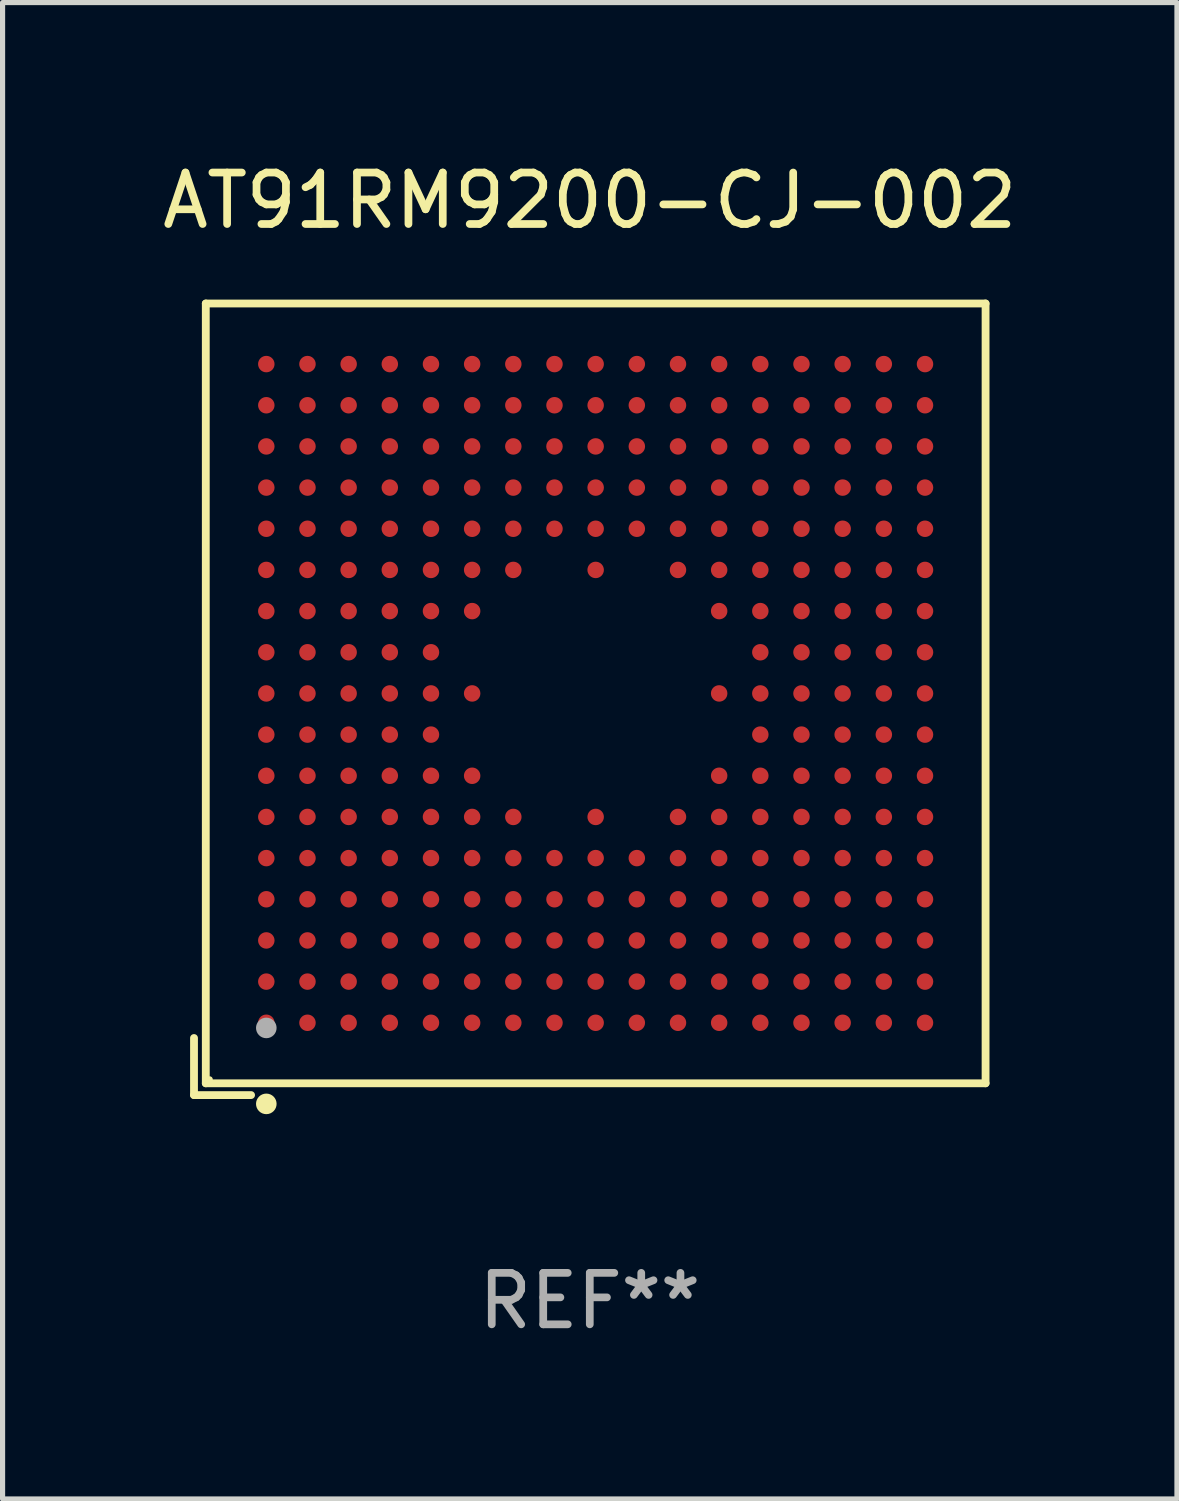
<source format=kicad_pcb>
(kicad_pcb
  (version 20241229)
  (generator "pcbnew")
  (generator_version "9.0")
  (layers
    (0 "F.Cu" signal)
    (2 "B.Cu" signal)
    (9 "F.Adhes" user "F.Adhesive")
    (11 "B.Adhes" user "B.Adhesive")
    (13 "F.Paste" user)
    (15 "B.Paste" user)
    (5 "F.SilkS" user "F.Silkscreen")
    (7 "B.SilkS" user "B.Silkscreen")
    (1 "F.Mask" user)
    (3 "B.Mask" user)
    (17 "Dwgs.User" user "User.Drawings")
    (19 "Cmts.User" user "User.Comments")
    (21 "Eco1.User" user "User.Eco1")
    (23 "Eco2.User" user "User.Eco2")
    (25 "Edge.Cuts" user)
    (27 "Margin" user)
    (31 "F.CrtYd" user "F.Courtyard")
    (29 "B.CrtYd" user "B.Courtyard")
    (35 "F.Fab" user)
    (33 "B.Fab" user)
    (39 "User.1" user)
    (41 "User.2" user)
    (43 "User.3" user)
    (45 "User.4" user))
  (footprint "AT91RM9200-CJ-002"
    (layer "F.Cu")
    (at 8.411 10.539)
    (property "Reference" "AT91RM9200-CJ-002" (at 0 -9.691 0) (layer "F.SilkS") (effects (font (size 1 1) (thickness 0.15))))
    (attr through_hole)
    (fp_line (start -7.691 6.582) (end -7.691 7.691) (stroke (width 0.152) (type solid)) (layer "F.SilkS"))
    (fp_line (start -7.691 7.691) (end -6.582 7.691) (stroke (width 0.152) (type solid)) (layer "F.SilkS"))
    (fp_line (start -7.462 -7.691) (end 7.691 -7.691) (stroke (width 0.152) (type solid)) (layer "F.SilkS"))
    (fp_line (start -7.462 7.462) (end -7.462 -7.691) (stroke (width 0.152) (type solid)) (layer "F.SilkS"))
    (fp_line (start 7.691 -7.691) (end 7.691 7.462) (stroke (width 0.152) (type solid)) (layer "F.SilkS"))
    (fp_line (start 7.691 7.462) (end -7.462 7.462) (stroke (width 0.152) (type solid)) (layer "F.SilkS"))
    (fp_circle (center -7.386 7.386) (end -7.356 7.386) (stroke (width 0.06) (type solid)) (fill no) (layer "F.SilkS"))
    (fp_circle (center -6.286 7.862) (end -6.186 7.862) (stroke (width 0.2) (type solid)) (fill no) (layer "F.SilkS"))
    (fp_circle (center -6.286 6.386) (end -6.186 6.386) (stroke (width 0.2) (type solid)) (fill no) (layer "F.Fab"))
    (fp_text user "REF**" (at 0 11.691 0) (layer "F.Fab") (effects (font (size 1 1) (thickness 0.15))))
    (pad "A1" smd circle (at -6.286 6.286) (size 0.32 0.32) (layers "F.Cu" "F.Mask" "F.Paste"))
    (pad "A2" smd circle (at -6.286 5.486) (size 0.32 0.32) (layers "F.Cu" "F.Mask" "F.Paste"))
    (pad "A3" smd circle (at -6.286 4.686) (size 0.32 0.32) (layers "F.Cu" "F.Mask" "F.Paste"))
    (pad "A4" smd circle (at -6.286 3.886) (size 0.32 0.32) (layers "F.Cu" "F.Mask" "F.Paste"))
    (pad "A5" smd circle (at -6.286 3.086) (size 0.32 0.32) (layers "F.Cu" "F.Mask" "F.Paste"))
    (pad "A6" smd circle (at -6.286 2.286) (size 0.32 0.32) (layers "F.Cu" "F.Mask" "F.Paste"))
    (pad "A7" smd circle (at -6.286 1.486) (size 0.32 0.32) (layers "F.Cu" "F.Mask" "F.Paste"))
    (pad "A8" smd circle (at -6.286 0.686) (size 0.32 0.32) (layers "F.Cu" "F.Mask" "F.Paste"))
    (pad "A9" smd circle (at -6.286 -0.114) (size 0.32 0.32) (layers "F.Cu" "F.Mask" "F.Paste"))
    (pad "A10" smd circle (at -6.286 -0.914) (size 0.32 0.32) (layers "F.Cu" "F.Mask" "F.Paste"))
    (pad "A11" smd circle (at -6.286 -1.714) (size 0.32 0.32) (layers "F.Cu" "F.Mask" "F.Paste"))
    (pad "A12" smd circle (at -6.286 -2.514) (size 0.32 0.32) (layers "F.Cu" "F.Mask" "F.Paste"))
    (pad "A13" smd circle (at -6.286 -3.314) (size 0.32 0.32) (layers "F.Cu" "F.Mask" "F.Paste"))
    (pad "A14" smd circle (at -6.286 -4.114) (size 0.32 0.32) (layers "F.Cu" "F.Mask" "F.Paste"))
    (pad "A15" smd circle (at -6.286 -4.914) (size 0.32 0.32) (layers "F.Cu" "F.Mask" "F.Paste"))
    (pad "A16" smd circle (at -6.286 -5.714) (size 0.32 0.32) (layers "F.Cu" "F.Mask" "F.Paste"))
    (pad "A17" smd circle (at -6.286 -6.514) (size 0.32 0.32) (layers "F.Cu" "F.Mask" "F.Paste"))
    (pad "B1" smd circle (at -5.486 6.286) (size 0.32 0.32) (layers "F.Cu" "F.Mask" "F.Paste"))
    (pad "B2" smd circle (at -5.486 5.486) (size 0.32 0.32) (layers "F.Cu" "F.Mask" "F.Paste"))
    (pad "B3" smd circle (at -5.486 4.686) (size 0.32 0.32) (layers "F.Cu" "F.Mask" "F.Paste"))
    (pad "B4" smd circle (at -5.486 3.886) (size 0.32 0.32) (layers "F.Cu" "F.Mask" "F.Paste"))
    (pad "B5" smd circle (at -5.486 3.086) (size 0.32 0.32) (layers "F.Cu" "F.Mask" "F.Paste"))
    (pad "B6" smd circle (at -5.486 2.286) (size 0.32 0.32) (layers "F.Cu" "F.Mask" "F.Paste"))
    (pad "B7" smd circle (at -5.486 1.486) (size 0.32 0.32) (layers "F.Cu" "F.Mask" "F.Paste"))
    (pad "B8" smd circle (at -5.486 0.686) (size 0.32 0.32) (layers "F.Cu" "F.Mask" "F.Paste"))
    (pad "B9" smd circle (at -5.486 -0.114) (size 0.32 0.32) (layers "F.Cu" "F.Mask" "F.Paste"))
    (pad "B10" smd circle (at -5.486 -0.914) (size 0.32 0.32) (layers "F.Cu" "F.Mask" "F.Paste"))
    (pad "B11" smd circle (at -5.486 -1.714) (size 0.32 0.32) (layers "F.Cu" "F.Mask" "F.Paste"))
    (pad "B12" smd circle (at -5.486 -2.514) (size 0.32 0.32) (layers "F.Cu" "F.Mask" "F.Paste"))
    (pad "B13" smd circle (at -5.486 -3.314) (size 0.32 0.32) (layers "F.Cu" "F.Mask" "F.Paste"))
    (pad "B14" smd circle (at -5.486 -4.114) (size 0.32 0.32) (layers "F.Cu" "F.Mask" "F.Paste"))
    (pad "B15" smd circle (at -5.486 -4.914) (size 0.32 0.32) (layers "F.Cu" "F.Mask" "F.Paste"))
    (pad "B16" smd circle (at -5.486 -5.714) (size 0.32 0.32) (layers "F.Cu" "F.Mask" "F.Paste"))
    (pad "B17" smd circle (at -5.486 -6.514) (size 0.32 0.32) (layers "F.Cu" "F.Mask" "F.Paste"))
    (pad "C1" smd circle (at -4.686 6.286) (size 0.32 0.32) (layers "F.Cu" "F.Mask" "F.Paste"))
    (pad "C2" smd circle (at -4.686 5.486) (size 0.32 0.32) (layers "F.Cu" "F.Mask" "F.Paste"))
    (pad "C3" smd circle (at -4.686 4.686) (size 0.32 0.32) (layers "F.Cu" "F.Mask" "F.Paste"))
    (pad "C4" smd circle (at -4.686 3.886) (size 0.32 0.32) (layers "F.Cu" "F.Mask" "F.Paste"))
    (pad "C5" smd circle (at -4.686 3.086) (size 0.32 0.32) (layers "F.Cu" "F.Mask" "F.Paste"))
    (pad "C6" smd circle (at -4.686 2.286) (size 0.32 0.32) (layers "F.Cu" "F.Mask" "F.Paste"))
    (pad "C7" smd circle (at -4.686 1.486) (size 0.32 0.32) (layers "F.Cu" "F.Mask" "F.Paste"))
    (pad "C8" smd circle (at -4.686 0.686) (size 0.32 0.32) (layers "F.Cu" "F.Mask" "F.Paste"))
    (pad "C9" smd circle (at -4.686 -0.114) (size 0.32 0.32) (layers "F.Cu" "F.Mask" "F.Paste"))
    (pad "C10" smd circle (at -4.686 -0.914) (size 0.32 0.32) (layers "F.Cu" "F.Mask" "F.Paste"))
    (pad "C11" smd circle (at -4.686 -1.714) (size 0.32 0.32) (layers "F.Cu" "F.Mask" "F.Paste"))
    (pad "C12" smd circle (at -4.686 -2.514) (size 0.32 0.32) (layers "F.Cu" "F.Mask" "F.Paste"))
    (pad "C13" smd circle (at -4.686 -3.314) (size 0.32 0.32) (layers "F.Cu" "F.Mask" "F.Paste"))
    (pad "C14" smd circle (at -4.686 -4.114) (size 0.32 0.32) (layers "F.Cu" "F.Mask" "F.Paste"))
    (pad "C15" smd circle (at -4.686 -4.914) (size 0.32 0.32) (layers "F.Cu" "F.Mask" "F.Paste"))
    (pad "C16" smd circle (at -4.686 -5.714) (size 0.32 0.32) (layers "F.Cu" "F.Mask" "F.Paste"))
    (pad "C17" smd circle (at -4.686 -6.514) (size 0.32 0.32) (layers "F.Cu" "F.Mask" "F.Paste"))
    (pad "D1" smd circle (at -3.886 6.286) (size 0.32 0.32) (layers "F.Cu" "F.Mask" "F.Paste"))
    (pad "D2" smd circle (at -3.886 5.486) (size 0.32 0.32) (layers "F.Cu" "F.Mask" "F.Paste"))
    (pad "D3" smd circle (at -3.886 4.686) (size 0.32 0.32) (layers "F.Cu" "F.Mask" "F.Paste"))
    (pad "D4" smd circle (at -3.886 3.886) (size 0.32 0.32) (layers "F.Cu" "F.Mask" "F.Paste"))
    (pad "D5" smd circle (at -3.886 3.086) (size 0.32 0.32) (layers "F.Cu" "F.Mask" "F.Paste"))
    (pad "D6" smd circle (at -3.886 2.286) (size 0.32 0.32) (layers "F.Cu" "F.Mask" "F.Paste"))
    (pad "D7" smd circle (at -3.886 1.486) (size 0.32 0.32) (layers "F.Cu" "F.Mask" "F.Paste"))
    (pad "D8" smd circle (at -3.886 0.686) (size 0.32 0.32) (layers "F.Cu" "F.Mask" "F.Paste"))
    (pad "D9" smd circle (at -3.886 -0.114) (size 0.32 0.32) (layers "F.Cu" "F.Mask" "F.Paste"))
    (pad "D10" smd circle (at -3.886 -0.914) (size 0.32 0.32) (layers "F.Cu" "F.Mask" "F.Paste"))
    (pad "D11" smd circle (at -3.886 -1.714) (size 0.32 0.32) (layers "F.Cu" "F.Mask" "F.Paste"))
    (pad "D12" smd circle (at -3.886 -2.514) (size 0.32 0.32) (layers "F.Cu" "F.Mask" "F.Paste"))
    (pad "D13" smd circle (at -3.886 -3.314) (size 0.32 0.32) (layers "F.Cu" "F.Mask" "F.Paste"))
    (pad "D14" smd circle (at -3.886 -4.114) (size 0.32 0.32) (layers "F.Cu" "F.Mask" "F.Paste"))
    (pad "D15" smd circle (at -3.886 -4.914) (size 0.32 0.32) (layers "F.Cu" "F.Mask" "F.Paste"))
    (pad "D16" smd circle (at -3.886 -5.714) (size 0.32 0.32) (layers "F.Cu" "F.Mask" "F.Paste"))
    (pad "D17" smd circle (at -3.886 -6.514) (size 0.32 0.32) (layers "F.Cu" "F.Mask" "F.Paste"))
    (pad "E1" smd circle (at -3.086 6.286) (size 0.32 0.32) (layers "F.Cu" "F.Mask" "F.Paste"))
    (pad "E2" smd circle (at -3.086 5.486) (size 0.32 0.32) (layers "F.Cu" "F.Mask" "F.Paste"))
    (pad "E3" smd circle (at -3.086 4.686) (size 0.32 0.32) (layers "F.Cu" "F.Mask" "F.Paste"))
    (pad "E4" smd circle (at -3.086 3.886) (size 0.32 0.32) (layers "F.Cu" "F.Mask" "F.Paste"))
    (pad "E5" smd circle (at -3.086 3.086) (size 0.32 0.32) (layers "F.Cu" "F.Mask" "F.Paste"))
    (pad "E6" smd circle (at -3.086 2.286) (size 0.32 0.32) (layers "F.Cu" "F.Mask" "F.Paste"))
    (pad "E7" smd circle (at -3.086 1.486) (size 0.32 0.32) (layers "F.Cu" "F.Mask" "F.Paste"))
    (pad "E8" smd circle (at -3.086 0.686) (size 0.32 0.32) (layers "F.Cu" "F.Mask" "F.Paste"))
    (pad "E9" smd circle (at -3.086 -0.114) (size 0.32 0.32) (layers "F.Cu" "F.Mask" "F.Paste"))
    (pad "E10" smd circle (at -3.086 -0.914) (size 0.32 0.32) (layers "F.Cu" "F.Mask" "F.Paste"))
    (pad "E11" smd circle (at -3.086 -1.714) (size 0.32 0.32) (layers "F.Cu" "F.Mask" "F.Paste"))
    (pad "E12" smd circle (at -3.086 -2.514) (size 0.32 0.32) (layers "F.Cu" "F.Mask" "F.Paste"))
    (pad "E13" smd circle (at -3.086 -3.314) (size 0.32 0.32) (layers "F.Cu" "F.Mask" "F.Paste"))
    (pad "E14" smd circle (at -3.086 -4.114) (size 0.32 0.32) (layers "F.Cu" "F.Mask" "F.Paste"))
    (pad "E15" smd circle (at -3.086 -4.914) (size 0.32 0.32) (layers "F.Cu" "F.Mask" "F.Paste"))
    (pad "E16" smd circle (at -3.086 -5.714) (size 0.32 0.32) (layers "F.Cu" "F.Mask" "F.Paste"))
    (pad "E17" smd circle (at -3.086 -6.514) (size 0.32 0.32) (layers "F.Cu" "F.Mask" "F.Paste"))
    (pad "F1" smd circle (at -2.286 6.286) (size 0.32 0.32) (layers "F.Cu" "F.Mask" "F.Paste"))
    (pad "F2" smd circle (at -2.286 5.486) (size 0.32 0.32) (layers "F.Cu" "F.Mask" "F.Paste"))
    (pad "F3" smd circle (at -2.286 4.686) (size 0.32 0.32) (layers "F.Cu" "F.Mask" "F.Paste"))
    (pad "F4" smd circle (at -2.286 3.886) (size 0.32 0.32) (layers "F.Cu" "F.Mask" "F.Paste"))
    (pad "F5" smd circle (at -2.286 3.086) (size 0.32 0.32) (layers "F.Cu" "F.Mask" "F.Paste"))
    (pad "F6" smd circle (at -2.286 2.286) (size 0.32 0.32) (layers "F.Cu" "F.Mask" "F.Paste"))
    (pad "F7" smd circle (at -2.286 1.486) (size 0.32 0.32) (layers "F.Cu" "F.Mask" "F.Paste"))
    (pad "F9" smd circle (at -2.286 -0.114) (size 0.32 0.32) (layers "F.Cu" "F.Mask" "F.Paste"))
    (pad "F11" smd circle (at -2.286 -1.714) (size 0.32 0.32) (layers "F.Cu" "F.Mask" "F.Paste"))
    (pad "F12" smd circle (at -2.286 -2.514) (size 0.32 0.32) (layers "F.Cu" "F.Mask" "F.Paste"))
    (pad "F13" smd circle (at -2.286 -3.314) (size 0.32 0.32) (layers "F.Cu" "F.Mask" "F.Paste"))
    (pad "F14" smd circle (at -2.286 -4.114) (size 0.32 0.32) (layers "F.Cu" "F.Mask" "F.Paste"))
    (pad "F15" smd circle (at -2.286 -4.914) (size 0.32 0.32) (layers "F.Cu" "F.Mask" "F.Paste"))
    (pad "F16" smd circle (at -2.286 -5.714) (size 0.32 0.32) (layers "F.Cu" "F.Mask" "F.Paste"))
    (pad "F17" smd circle (at -2.286 -6.514) (size 0.32 0.32) (layers "F.Cu" "F.Mask" "F.Paste"))
    (pad "G1" smd circle (at -1.486 6.286) (size 0.32 0.32) (layers "F.Cu" "F.Mask" "F.Paste"))
    (pad "G2" smd circle (at -1.486 5.486) (size 0.32 0.32) (layers "F.Cu" "F.Mask" "F.Paste"))
    (pad "G3" smd circle (at -1.486 4.686) (size 0.32 0.32) (layers "F.Cu" "F.Mask" "F.Paste"))
    (pad "G4" smd circle (at -1.486 3.886) (size 0.32 0.32) (layers "F.Cu" "F.Mask" "F.Paste"))
    (pad "G5" smd circle (at -1.486 3.086) (size 0.32 0.32) (layers "F.Cu" "F.Mask" "F.Paste"))
    (pad "G6" smd circle (at -1.486 2.286) (size 0.32 0.32) (layers "F.Cu" "F.Mask" "F.Paste"))
    (pad "G12" smd circle (at -1.486 -2.514) (size 0.32 0.32) (layers "F.Cu" "F.Mask" "F.Paste"))
    (pad "G13" smd circle (at -1.486 -3.314) (size 0.32 0.32) (layers "F.Cu" "F.Mask" "F.Paste"))
    (pad "G14" smd circle (at -1.486 -4.114) (size 0.32 0.32) (layers "F.Cu" "F.Mask" "F.Paste"))
    (pad "G15" smd circle (at -1.486 -4.914) (size 0.32 0.32) (layers "F.Cu" "F.Mask" "F.Paste"))
    (pad "G16" smd circle (at -1.486 -5.714) (size 0.32 0.32) (layers "F.Cu" "F.Mask" "F.Paste"))
    (pad "G17" smd circle (at -1.486 -6.514) (size 0.32 0.32) (layers "F.Cu" "F.Mask" "F.Paste"))
    (pad "H1" smd circle (at -0.686 6.286) (size 0.32 0.32) (layers "F.Cu" "F.Mask" "F.Paste"))
    (pad "H2" smd circle (at -0.686 5.486) (size 0.32 0.32) (layers "F.Cu" "F.Mask" "F.Paste"))
    (pad "H3" smd circle (at -0.686 4.686) (size 0.32 0.32) (layers "F.Cu" "F.Mask" "F.Paste"))
    (pad "H4" smd circle (at -0.686 3.886) (size 0.32 0.32) (layers "F.Cu" "F.Mask" "F.Paste"))
    (pad "H5" smd circle (at -0.686 3.086) (size 0.32 0.32) (layers "F.Cu" "F.Mask" "F.Paste"))
    (pad "H13" smd circle (at -0.686 -3.314) (size 0.32 0.32) (layers "F.Cu" "F.Mask" "F.Paste"))
    (pad "H14" smd circle (at -0.686 -4.114) (size 0.32 0.32) (layers "F.Cu" "F.Mask" "F.Paste"))
    (pad "H15" smd circle (at -0.686 -4.914) (size 0.32 0.32) (layers "F.Cu" "F.Mask" "F.Paste"))
    (pad "H16" smd circle (at -0.686 -5.714) (size 0.32 0.32) (layers "F.Cu" "F.Mask" "F.Paste"))
    (pad "H17" smd circle (at -0.686 -6.514) (size 0.32 0.32) (layers "F.Cu" "F.Mask" "F.Paste"))
    (pad "J1" smd circle (at 0.114 6.286) (size 0.32 0.32) (layers "F.Cu" "F.Mask" "F.Paste"))
    (pad "J2" smd circle (at 0.114 5.486) (size 0.32 0.32) (layers "F.Cu" "F.Mask" "F.Paste"))
    (pad "J3" smd circle (at 0.114 4.686) (size 0.32 0.32) (layers "F.Cu" "F.Mask" "F.Paste"))
    (pad "J4" smd circle (at 0.114 3.886) (size 0.32 0.32) (layers "F.Cu" "F.Mask" "F.Paste"))
    (pad "J5" smd circle (at 0.114 3.086) (size 0.32 0.32) (layers "F.Cu" "F.Mask" "F.Paste"))
    (pad "J6" smd circle (at 0.114 2.286) (size 0.32 0.32) (layers "F.Cu" "F.Mask" "F.Paste"))
    (pad "J12" smd circle (at 0.114 -2.514) (size 0.32 0.32) (layers "F.Cu" "F.Mask" "F.Paste"))
    (pad "J13" smd circle (at 0.114 -3.314) (size 0.32 0.32) (layers "F.Cu" "F.Mask" "F.Paste"))
    (pad "J14" smd circle (at 0.114 -4.114) (size 0.32 0.32) (layers "F.Cu" "F.Mask" "F.Paste"))
    (pad "J15" smd circle (at 0.114 -4.914) (size 0.32 0.32) (layers "F.Cu" "F.Mask" "F.Paste"))
    (pad "J16" smd circle (at 0.114 -5.714) (size 0.32 0.32) (layers "F.Cu" "F.Mask" "F.Paste"))
    (pad "J17" smd circle (at 0.114 -6.514) (size 0.32 0.32) (layers "F.Cu" "F.Mask" "F.Paste"))
    (pad "K1" smd circle (at 0.914 6.286) (size 0.32 0.32) (layers "F.Cu" "F.Mask" "F.Paste"))
    (pad "K2" smd circle (at 0.914 5.486) (size 0.32 0.32) (layers "F.Cu" "F.Mask" "F.Paste"))
    (pad "K3" smd circle (at 0.914 4.686) (size 0.32 0.32) (layers "F.Cu" "F.Mask" "F.Paste"))
    (pad "K4" smd circle (at 0.914 3.886) (size 0.32 0.32) (layers "F.Cu" "F.Mask" "F.Paste"))
    (pad "K5" smd circle (at 0.914 3.086) (size 0.32 0.32) (layers "F.Cu" "F.Mask" "F.Paste"))
    (pad "K13" smd circle (at 0.914 -3.314) (size 0.32 0.32) (layers "F.Cu" "F.Mask" "F.Paste"))
    (pad "K14" smd circle (at 0.914 -4.114) (size 0.32 0.32) (layers "F.Cu" "F.Mask" "F.Paste"))
    (pad "K15" smd circle (at 0.914 -4.914) (size 0.32 0.32) (layers "F.Cu" "F.Mask" "F.Paste"))
    (pad "K16" smd circle (at 0.914 -5.714) (size 0.32 0.32) (layers "F.Cu" "F.Mask" "F.Paste"))
    (pad "K17" smd circle (at 0.914 -6.514) (size 0.32 0.32) (layers "F.Cu" "F.Mask" "F.Paste"))
    (pad "L1" smd circle (at 1.714 6.286) (size 0.32 0.32) (layers "F.Cu" "F.Mask" "F.Paste"))
    (pad "L2" smd circle (at 1.714 5.486) (size 0.32 0.32) (layers "F.Cu" "F.Mask" "F.Paste"))
    (pad "L3" smd circle (at 1.714 4.686) (size 0.32 0.32) (layers "F.Cu" "F.Mask" "F.Paste"))
    (pad "L4" smd circle (at 1.714 3.886) (size 0.32 0.32) (layers "F.Cu" "F.Mask" "F.Paste"))
    (pad "L5" smd circle (at 1.714 3.086) (size 0.32 0.32) (layers "F.Cu" "F.Mask" "F.Paste"))
    (pad "L6" smd circle (at 1.714 2.286) (size 0.32 0.32) (layers "F.Cu" "F.Mask" "F.Paste"))
    (pad "L12" smd circle (at 1.714 -2.514) (size 0.32 0.32) (layers "F.Cu" "F.Mask" "F.Paste"))
    (pad "L13" smd circle (at 1.714 -3.314) (size 0.32 0.32) (layers "F.Cu" "F.Mask" "F.Paste"))
    (pad "L14" smd circle (at 1.714 -4.114) (size 0.32 0.32) (layers "F.Cu" "F.Mask" "F.Paste"))
    (pad "L15" smd circle (at 1.714 -4.914) (size 0.32 0.32) (layers "F.Cu" "F.Mask" "F.Paste"))
    (pad "L16" smd circle (at 1.714 -5.714) (size 0.32 0.32) (layers "F.Cu" "F.Mask" "F.Paste"))
    (pad "L17" smd circle (at 1.714 -6.514) (size 0.32 0.32) (layers "F.Cu" "F.Mask" "F.Paste"))
    (pad "M1" smd circle (at 2.514 6.286) (size 0.32 0.32) (layers "F.Cu" "F.Mask" "F.Paste"))
    (pad "M2" smd circle (at 2.514 5.486) (size 0.32 0.32) (layers "F.Cu" "F.Mask" "F.Paste"))
    (pad "M3" smd circle (at 2.514 4.686) (size 0.32 0.32) (layers "F.Cu" "F.Mask" "F.Paste"))
    (pad "M4" smd circle (at 2.514 3.886) (size 0.32 0.32) (layers "F.Cu" "F.Mask" "F.Paste"))
    (pad "M5" smd circle (at 2.514 3.086) (size 0.32 0.32) (layers "F.Cu" "F.Mask" "F.Paste"))
    (pad "M6" smd circle (at 2.514 2.286) (size 0.32 0.32) (layers "F.Cu" "F.Mask" "F.Paste"))
    (pad "M7" smd circle (at 2.514 1.486) (size 0.32 0.32) (layers "F.Cu" "F.Mask" "F.Paste"))
    (pad "M9" smd circle (at 2.514 -0.114) (size 0.32 0.32) (layers "F.Cu" "F.Mask" "F.Paste"))
    (pad "M11" smd circle (at 2.514 -1.714) (size 0.32 0.32) (layers "F.Cu" "F.Mask" "F.Paste"))
    (pad "M12" smd circle (at 2.514 -2.514) (size 0.32 0.32) (layers "F.Cu" "F.Mask" "F.Paste"))
    (pad "M13" smd circle (at 2.514 -3.314) (size 0.32 0.32) (layers "F.Cu" "F.Mask" "F.Paste"))
    (pad "M14" smd circle (at 2.514 -4.114) (size 0.32 0.32) (layers "F.Cu" "F.Mask" "F.Paste"))
    (pad "M15" smd circle (at 2.514 -4.914) (size 0.32 0.32) (layers "F.Cu" "F.Mask" "F.Paste"))
    (pad "M16" smd circle (at 2.514 -5.714) (size 0.32 0.32) (layers "F.Cu" "F.Mask" "F.Paste"))
    (pad "M17" smd circle (at 2.514 -6.514) (size 0.32 0.32) (layers "F.Cu" "F.Mask" "F.Paste"))
    (pad "N1" smd circle (at 3.314 6.286) (size 0.32 0.32) (layers "F.Cu" "F.Mask" "F.Paste"))
    (pad "N2" smd circle (at 3.314 5.486) (size 0.32 0.32) (layers "F.Cu" "F.Mask" "F.Paste"))
    (pad "N3" smd circle (at 3.314 4.686) (size 0.32 0.32) (layers "F.Cu" "F.Mask" "F.Paste"))
    (pad "N4" smd circle (at 3.314 3.886) (size 0.32 0.32) (layers "F.Cu" "F.Mask" "F.Paste"))
    (pad "N5" smd circle (at 3.314 3.086) (size 0.32 0.32) (layers "F.Cu" "F.Mask" "F.Paste"))
    (pad "N6" smd circle (at 3.314 2.286) (size 0.32 0.32) (layers "F.Cu" "F.Mask" "F.Paste"))
    (pad "N7" smd circle (at 3.314 1.486) (size 0.32 0.32) (layers "F.Cu" "F.Mask" "F.Paste"))
    (pad "N8" smd circle (at 3.314 0.686) (size 0.32 0.32) (layers "F.Cu" "F.Mask" "F.Paste"))
    (pad "N9" smd circle (at 3.314 -0.114) (size 0.32 0.32) (layers "F.Cu" "F.Mask" "F.Paste"))
    (pad "N10" smd circle (at 3.314 -0.914) (size 0.32 0.32) (layers "F.Cu" "F.Mask" "F.Paste"))
    (pad "N11" smd circle (at 3.314 -1.714) (size 0.32 0.32) (layers "F.Cu" "F.Mask" "F.Paste"))
    (pad "N12" smd circle (at 3.314 -2.514) (size 0.32 0.32) (layers "F.Cu" "F.Mask" "F.Paste"))
    (pad "N13" smd circle (at 3.314 -3.314) (size 0.32 0.32) (layers "F.Cu" "F.Mask" "F.Paste"))
    (pad "N14" smd circle (at 3.314 -4.114) (size 0.32 0.32) (layers "F.Cu" "F.Mask" "F.Paste"))
    (pad "N15" smd circle (at 3.314 -4.914) (size 0.32 0.32) (layers "F.Cu" "F.Mask" "F.Paste"))
    (pad "N16" smd circle (at 3.314 -5.714) (size 0.32 0.32) (layers "F.Cu" "F.Mask" "F.Paste"))
    (pad "N17" smd circle (at 3.314 -6.514) (size 0.32 0.32) (layers "F.Cu" "F.Mask" "F.Paste"))
    (pad "P1" smd circle (at 4.114 6.286) (size 0.32 0.32) (layers "F.Cu" "F.Mask" "F.Paste"))
    (pad "P2" smd circle (at 4.114 5.486) (size 0.32 0.32) (layers "F.Cu" "F.Mask" "F.Paste"))
    (pad "P3" smd circle (at 4.114 4.686) (size 0.32 0.32) (layers "F.Cu" "F.Mask" "F.Paste"))
    (pad "P4" smd circle (at 4.114 3.886) (size 0.32 0.32) (layers "F.Cu" "F.Mask" "F.Paste"))
    (pad "P5" smd circle (at 4.114 3.086) (size 0.32 0.32) (layers "F.Cu" "F.Mask" "F.Paste"))
    (pad "P6" smd circle (at 4.114 2.286) (size 0.32 0.32) (layers "F.Cu" "F.Mask" "F.Paste"))
    (pad "P7" smd circle (at 4.114 1.486) (size 0.32 0.32) (layers "F.Cu" "F.Mask" "F.Paste"))
    (pad "P8" smd circle (at 4.114 0.686) (size 0.32 0.32) (layers "F.Cu" "F.Mask" "F.Paste"))
    (pad "P9" smd circle (at 4.114 -0.114) (size 0.32 0.32) (layers "F.Cu" "F.Mask" "F.Paste"))
    (pad "P10" smd circle (at 4.114 -0.914) (size 0.32 0.32) (layers "F.Cu" "F.Mask" "F.Paste"))
    (pad "P11" smd circle (at 4.114 -1.714) (size 0.32 0.32) (layers "F.Cu" "F.Mask" "F.Paste"))
    (pad "P12" smd circle (at 4.114 -2.514) (size 0.32 0.32) (layers "F.Cu" "F.Mask" "F.Paste"))
    (pad "P13" smd circle (at 4.114 -3.314) (size 0.32 0.32) (layers "F.Cu" "F.Mask" "F.Paste"))
    (pad "P14" smd circle (at 4.114 -4.114) (size 0.32 0.32) (layers "F.Cu" "F.Mask" "F.Paste"))
    (pad "P15" smd circle (at 4.114 -4.914) (size 0.32 0.32) (layers "F.Cu" "F.Mask" "F.Paste"))
    (pad "P16" smd circle (at 4.114 -5.714) (size 0.32 0.32) (layers "F.Cu" "F.Mask" "F.Paste"))
    (pad "P17" smd circle (at 4.114 -6.514) (size 0.32 0.32) (layers "F.Cu" "F.Mask" "F.Paste"))
    (pad "R1" smd circle (at 4.914 6.286) (size 0.32 0.32) (layers "F.Cu" "F.Mask" "F.Paste"))
    (pad "R2" smd circle (at 4.914 5.486) (size 0.32 0.32) (layers "F.Cu" "F.Mask" "F.Paste"))
    (pad "R3" smd circle (at 4.914 4.686) (size 0.32 0.32) (layers "F.Cu" "F.Mask" "F.Paste"))
    (pad "R4" smd circle (at 4.914 3.886) (size 0.32 0.32) (layers "F.Cu" "F.Mask" "F.Paste"))
    (pad "R5" smd circle (at 4.914 3.086) (size 0.32 0.32) (layers "F.Cu" "F.Mask" "F.Paste"))
    (pad "R6" smd circle (at 4.914 2.286) (size 0.32 0.32) (layers "F.Cu" "F.Mask" "F.Paste"))
    (pad "R7" smd circle (at 4.914 1.486) (size 0.32 0.32) (layers "F.Cu" "F.Mask" "F.Paste"))
    (pad "R8" smd circle (at 4.914 0.686) (size 0.32 0.32) (layers "F.Cu" "F.Mask" "F.Paste"))
    (pad "R9" smd circle (at 4.914 -0.114) (size 0.32 0.32) (layers "F.Cu" "F.Mask" "F.Paste"))
    (pad "R10" smd circle (at 4.914 -0.914) (size 0.32 0.32) (layers "F.Cu" "F.Mask" "F.Paste"))
    (pad "R11" smd circle (at 4.914 -1.714) (size 0.32 0.32) (layers "F.Cu" "F.Mask" "F.Paste"))
    (pad "R12" smd circle (at 4.914 -2.514) (size 0.32 0.32) (layers "F.Cu" "F.Mask" "F.Paste"))
    (pad "R13" smd circle (at 4.914 -3.314) (size 0.32 0.32) (layers "F.Cu" "F.Mask" "F.Paste"))
    (pad "R14" smd circle (at 4.914 -4.114) (size 0.32 0.32) (layers "F.Cu" "F.Mask" "F.Paste"))
    (pad "R15" smd circle (at 4.914 -4.914) (size 0.32 0.32) (layers "F.Cu" "F.Mask" "F.Paste"))
    (pad "R16" smd circle (at 4.914 -5.714) (size 0.32 0.32) (layers "F.Cu" "F.Mask" "F.Paste"))
    (pad "R17" smd circle (at 4.914 -6.514) (size 0.32 0.32) (layers "F.Cu" "F.Mask" "F.Paste"))
    (pad "T1" smd circle (at 5.714 6.286) (size 0.32 0.32) (layers "F.Cu" "F.Mask" "F.Paste"))
    (pad "T2" smd circle (at 5.714 5.486) (size 0.32 0.32) (layers "F.Cu" "F.Mask" "F.Paste"))
    (pad "T3" smd circle (at 5.714 4.686) (size 0.32 0.32) (layers "F.Cu" "F.Mask" "F.Paste"))
    (pad "T4" smd circle (at 5.714 3.886) (size 0.32 0.32) (layers "F.Cu" "F.Mask" "F.Paste"))
    (pad "T5" smd circle (at 5.714 3.086) (size 0.32 0.32) (layers "F.Cu" "F.Mask" "F.Paste"))
    (pad "T6" smd circle (at 5.714 2.286) (size 0.32 0.32) (layers "F.Cu" "F.Mask" "F.Paste"))
    (pad "T7" smd circle (at 5.714 1.486) (size 0.32 0.32) (layers "F.Cu" "F.Mask" "F.Paste"))
    (pad "T8" smd circle (at 5.714 0.686) (size 0.32 0.32) (layers "F.Cu" "F.Mask" "F.Paste"))
    (pad "T9" smd circle (at 5.714 -0.114) (size 0.32 0.32) (layers "F.Cu" "F.Mask" "F.Paste"))
    (pad "T10" smd circle (at 5.714 -0.914) (size 0.32 0.32) (layers "F.Cu" "F.Mask" "F.Paste"))
    (pad "T11" smd circle (at 5.714 -1.714) (size 0.32 0.32) (layers "F.Cu" "F.Mask" "F.Paste"))
    (pad "T12" smd circle (at 5.714 -2.514) (size 0.32 0.32) (layers "F.Cu" "F.Mask" "F.Paste"))
    (pad "T13" smd circle (at 5.714 -3.314) (size 0.32 0.32) (layers "F.Cu" "F.Mask" "F.Paste"))
    (pad "T14" smd circle (at 5.714 -4.114) (size 0.32 0.32) (layers "F.Cu" "F.Mask" "F.Paste"))
    (pad "T15" smd circle (at 5.714 -4.914) (size 0.32 0.32) (layers "F.Cu" "F.Mask" "F.Paste"))
    (pad "T16" smd circle (at 5.714 -5.714) (size 0.32 0.32) (layers "F.Cu" "F.Mask" "F.Paste"))
    (pad "T17" smd circle (at 5.714 -6.514) (size 0.32 0.32) (layers "F.Cu" "F.Mask" "F.Paste"))
    (pad "U1" smd circle (at 6.514 6.286) (size 0.32 0.32) (layers "F.Cu" "F.Mask" "F.Paste"))
    (pad "U2" smd circle (at 6.514 5.486) (size 0.32 0.32) (layers "F.Cu" "F.Mask" "F.Paste"))
    (pad "U3" smd circle (at 6.514 4.686) (size 0.32 0.32) (layers "F.Cu" "F.Mask" "F.Paste"))
    (pad "U4" smd circle (at 6.514 3.886) (size 0.32 0.32) (layers "F.Cu" "F.Mask" "F.Paste"))
    (pad "U5" smd circle (at 6.514 3.086) (size 0.32 0.32) (layers "F.Cu" "F.Mask" "F.Paste"))
    (pad "U6" smd circle (at 6.514 2.286) (size 0.32 0.32) (layers "F.Cu" "F.Mask" "F.Paste"))
    (pad "U7" smd circle (at 6.514 1.486) (size 0.32 0.32) (layers "F.Cu" "F.Mask" "F.Paste"))
    (pad "U8" smd circle (at 6.514 0.686) (size 0.32 0.32) (layers "F.Cu" "F.Mask" "F.Paste"))
    (pad "U9" smd circle (at 6.514 -0.114) (size 0.32 0.32) (layers "F.Cu" "F.Mask" "F.Paste"))
    (pad "U10" smd circle (at 6.514 -0.914) (size 0.32 0.32) (layers "F.Cu" "F.Mask" "F.Paste"))
    (pad "U11" smd circle (at 6.514 -1.714) (size 0.32 0.32) (layers "F.Cu" "F.Mask" "F.Paste"))
    (pad "U12" smd circle (at 6.514 -2.514) (size 0.32 0.32) (layers "F.Cu" "F.Mask" "F.Paste"))
    (pad "U13" smd circle (at 6.514 -3.314) (size 0.32 0.32) (layers "F.Cu" "F.Mask" "F.Paste"))
    (pad "U14" smd circle (at 6.514 -4.114) (size 0.32 0.32) (layers "F.Cu" "F.Mask" "F.Paste"))
    (pad "U15" smd circle (at 6.514 -4.914) (size 0.32 0.32) (layers "F.Cu" "F.Mask" "F.Paste"))
    (pad "U16" smd circle (at 6.514 -5.714) (size 0.32 0.32) (layers "F.Cu" "F.Mask" "F.Paste"))
    (pad "U17" smd circle (at 6.514 -6.514) (size 0.32 0.32) (layers "F.Cu" "F.Mask" "F.Paste")))
  (gr_rect
    (start -3 -3)
    (end 19.821 26.078)
    (stroke (width 0.1) (type default))
    (fill no)
    (layer "Edge.Cuts")))
</source>
